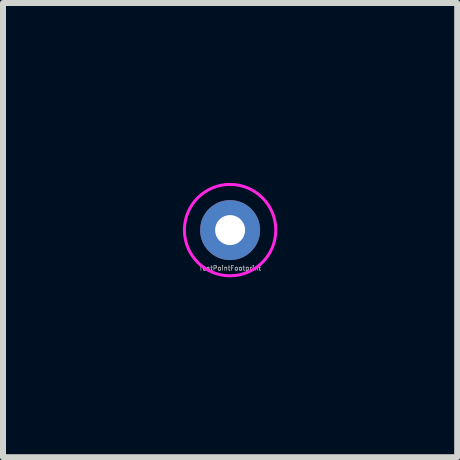
<source format=kicad_pcb>
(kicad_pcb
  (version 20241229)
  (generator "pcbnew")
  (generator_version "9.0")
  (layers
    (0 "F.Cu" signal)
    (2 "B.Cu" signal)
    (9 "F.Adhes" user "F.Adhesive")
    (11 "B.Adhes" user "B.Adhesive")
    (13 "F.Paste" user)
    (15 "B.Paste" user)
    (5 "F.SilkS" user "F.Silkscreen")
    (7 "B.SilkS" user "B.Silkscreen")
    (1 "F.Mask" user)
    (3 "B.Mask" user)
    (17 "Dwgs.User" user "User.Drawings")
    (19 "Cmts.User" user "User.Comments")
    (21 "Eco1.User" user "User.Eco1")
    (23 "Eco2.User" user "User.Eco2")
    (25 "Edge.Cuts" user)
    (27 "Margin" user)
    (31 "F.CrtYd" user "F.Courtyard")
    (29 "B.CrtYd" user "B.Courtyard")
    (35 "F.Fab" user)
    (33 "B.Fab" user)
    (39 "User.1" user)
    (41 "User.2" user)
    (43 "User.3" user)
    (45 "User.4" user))
  (footprint "TestPointFootprint"
    (layer "F.Cu")
    (at 0.787 0.787)
    (property "Reference" "TestPointFootprint" (at 0 0.635 0) (layer "F.Fab") (effects (font (size 0.076 0.076) (thickness 0.013))))
    (attr exclude_from_pos_files exclude_from_bom)
    (fp_circle (center 0 0) (end 0.762 0) (stroke (width 0.05) (type solid)) (fill no) (layer "F.CrtYd"))
    (pad "1" thru_hole circle (at 0 0) (size 1 1) (drill 0.5) (layers "*.Cu" "*.Mask")))
  (gr_rect
    (start -3 -3)
    (end 4.574 4.574)
    (stroke (width 0.1) (type default))
    (fill no)
    (layer "Edge.Cuts")))
</source>
